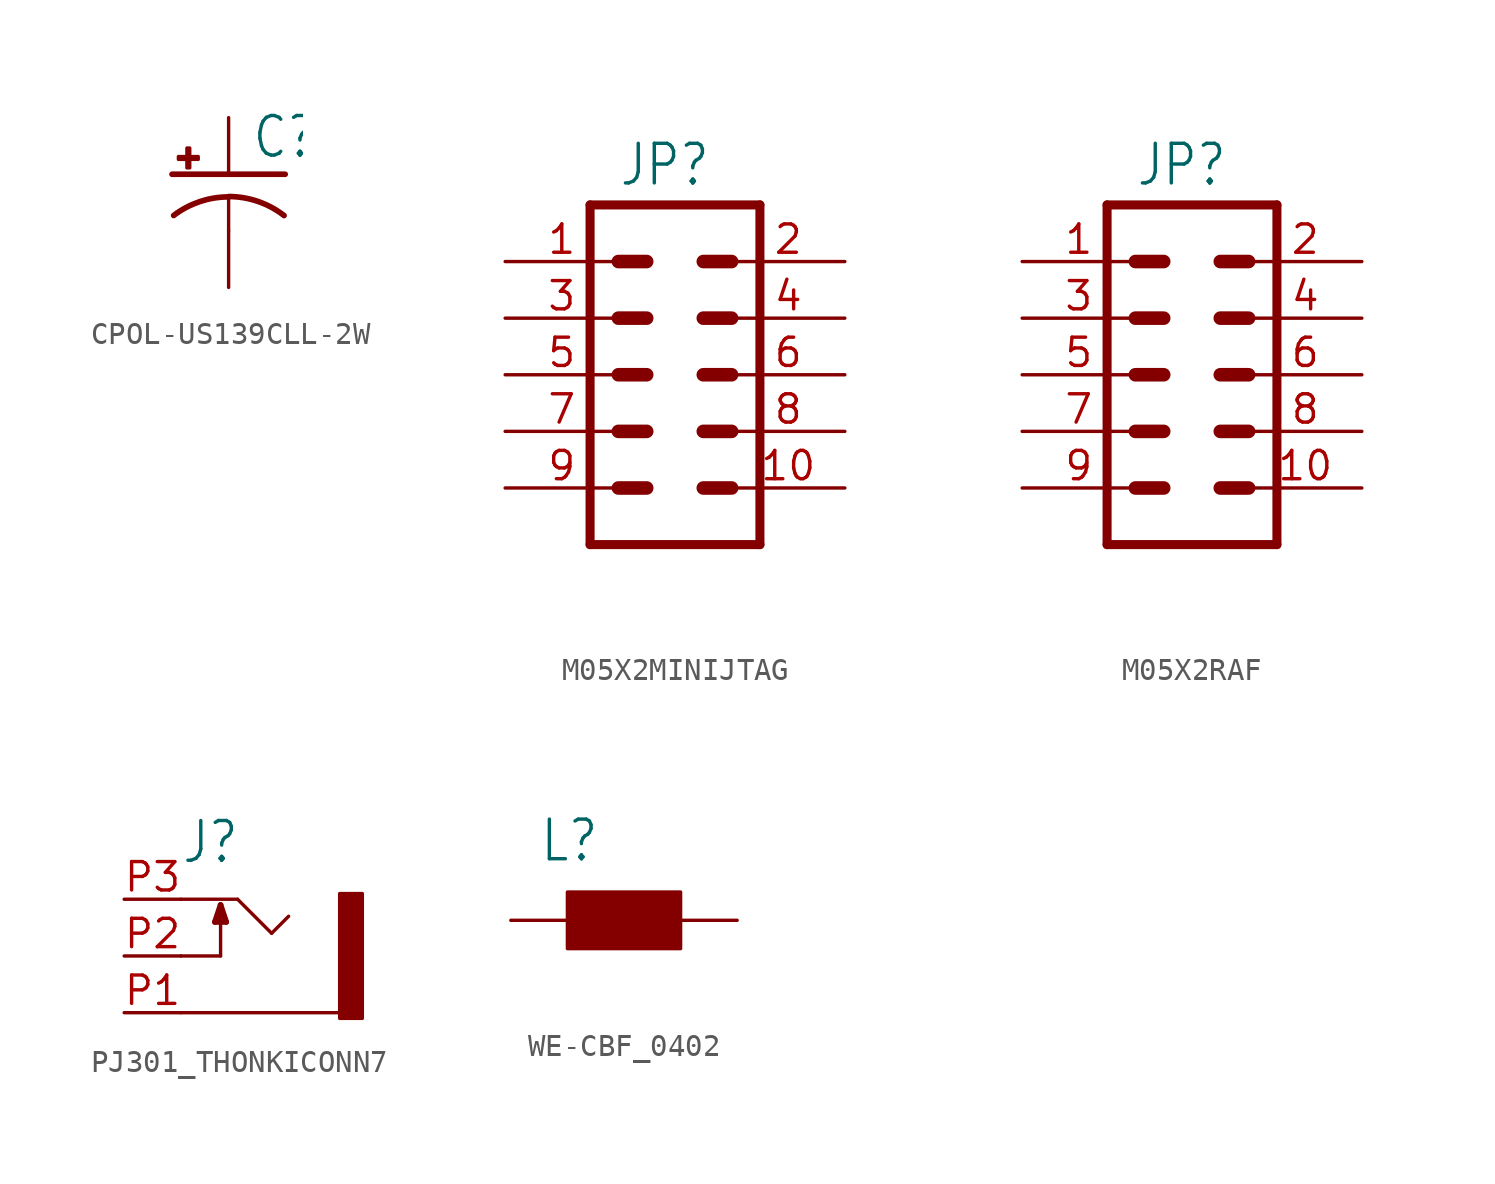
<source format=kicad_sym>
(kicad_symbol_lib
  (version 20231120)
  (generator "kicad_symbol_editor")
  (generator_version "8.0")
  (symbol "CPOL-US139CLL-2W"
    (property "Reference" "C"
      (at 1.016 0.635 0)
      (effects (font (size 1.778 1.511)) (justify left bottom)))
    (property "Value" ""
      (at 1.016 -4.191 0)
      (effects (font (size 1.778 1.511)) (justify left bottom)))
    (property "ki_locked" ""
      (at 0 0 0)
      (effects (font (size 1.27 1.27))))
    (symbol "CPOL-US139CLL-2W_1_0"
      (rectangle (start -2.253 0.668) (end -1.364 0.795) (stroke (width 0) (type default)) (fill (type outline)))
      (rectangle (start -1.872 0.287) (end -1.745 1.176) (stroke (width 0) (type default)) (fill (type outline)))
      (arc (start 0 -1.0161) (mid -1.3021 -1.2303) (end -2.4669 -1.8504) (stroke (width 0.254) (type solid)) (fill (type none)))
      (polyline (pts (xy -2.54 0) (xy 2.54 0)) (stroke (width 0.254) (type solid)) (fill (type none)))
      (polyline (pts (xy 0 -1.016) (xy 0 -2.54)) (stroke (width 0.152) (type solid)) (fill (type none)))
      (arc (start 2.4892 -1.8541) (mid 1.3158 -1.2194) (end 0 -1) (stroke (width 0.254) (type solid)) (fill (type none)))
      (pin passive line (at 0 2.54 270) (length 2.54) (name "+" (effects (font (size 0 0)))) (number "+" (effects (font (size 0 0)))))
      (pin passive line (at 0 -5.08 90) (length 2.54) (name "-" (effects (font (size 0 0)))) (number "-" (effects (font (size 0 0)))))))
  (symbol "M05X2MINIJTAG"
    (property "Reference" "JP"
      (at -2.54 8.382 0)
      (effects (font (size 1.778 1.511)) (justify left bottom)))
    (property "Value" ""
      (at -2.54 -10.16 0)
      (effects (font (size 1.778 1.511)) (justify left bottom)))
    (property "ki_locked" ""
      (at 0 0 0)
      (effects (font (size 1.27 1.27))))
    (symbol "M05X2MINIJTAG_1_0"
      (polyline (pts (xy -3.81 7.62) (xy -3.81 -7.62)) (stroke (width 0.406) (type solid)) (fill (type none)))
      (polyline (pts (xy -3.81 7.62) (xy 3.81 7.62)) (stroke (width 0.406) (type solid)) (fill (type none)))
      (polyline (pts (xy -1.27 -5.08) (xy -2.54 -5.08)) (stroke (width 0.61) (type solid)) (fill (type none)))
      (polyline (pts (xy -1.27 -2.54) (xy -2.54 -2.54)) (stroke (width 0.61) (type solid)) (fill (type none)))
      (polyline (pts (xy -1.27 0) (xy -2.54 0)) (stroke (width 0.61) (type solid)) (fill (type none)))
      (polyline (pts (xy -1.27 2.54) (xy -2.54 2.54)) (stroke (width 0.61) (type solid)) (fill (type none)))
      (polyline (pts (xy -1.27 5.08) (xy -2.54 5.08)) (stroke (width 0.61) (type solid)) (fill (type none)))
      (polyline (pts (xy 1.27 -5.08) (xy 2.54 -5.08)) (stroke (width 0.61) (type solid)) (fill (type none)))
      (polyline (pts (xy 1.27 -2.54) (xy 2.54 -2.54)) (stroke (width 0.61) (type solid)) (fill (type none)))
      (polyline (pts (xy 1.27 0) (xy 2.54 0)) (stroke (width 0.61) (type solid)) (fill (type none)))
      (polyline (pts (xy 1.27 2.54) (xy 2.54 2.54)) (stroke (width 0.61) (type solid)) (fill (type none)))
      (polyline (pts (xy 1.27 5.08) (xy 2.54 5.08)) (stroke (width 0.61) (type solid)) (fill (type none)))
      (polyline (pts (xy 3.81 -7.62) (xy -3.81 -7.62)) (stroke (width 0.406) (type solid)) (fill (type none)))
      (polyline (pts (xy 3.81 -7.62) (xy 3.81 7.62)) (stroke (width 0.406) (type solid)) (fill (type none)))
      (pin passive line (at -7.62 5.08 0) (length 5.08) (name "1" (effects (font (size 0 0)))) (number "1" (effects (font (size 1.27 1.27)))))
      (pin passive line (at 7.62 -5.08 180) (length 5.08) (name "10" (effects (font (size 0 0)))) (number "10" (effects (font (size 1.27 1.27)))))
      (pin passive line (at 7.62 5.08 180) (length 5.08) (name "2" (effects (font (size 0 0)))) (number "2" (effects (font (size 1.27 1.27)))))
      (pin passive line (at -7.62 2.54 0) (length 5.08) (name "3" (effects (font (size 0 0)))) (number "3" (effects (font (size 1.27 1.27)))))
      (pin passive line (at 7.62 2.54 180) (length 5.08) (name "4" (effects (font (size 0 0)))) (number "4" (effects (font (size 1.27 1.27)))))
      (pin passive line (at -7.62 0 0) (length 5.08) (name "5" (effects (font (size 0 0)))) (number "5" (effects (font (size 1.27 1.27)))))
      (pin passive line (at 7.62 0 180) (length 5.08) (name "6" (effects (font (size 0 0)))) (number "6" (effects (font (size 1.27 1.27)))))
      (pin passive line (at -7.62 -2.54 0) (length 5.08) (name "7" (effects (font (size 0 0)))) (number "7" (effects (font (size 1.27 1.27)))))
      (pin passive line (at 7.62 -2.54 180) (length 5.08) (name "8" (effects (font (size 0 0)))) (number "8" (effects (font (size 1.27 1.27)))))
      (pin passive line (at -7.62 -5.08 0) (length 5.08) (name "9" (effects (font (size 0 0)))) (number "9" (effects (font (size 1.27 1.27)))))))
  (symbol "M05X2RAF"
    (property "Reference" "JP"
      (at -2.54 8.382 0)
      (effects (font (size 1.778 1.511)) (justify left bottom)))
    (property "Value" ""
      (at -2.54 -10.16 0)
      (effects (font (size 1.778 1.511)) (justify left bottom)))
    (property "ki_locked" ""
      (at 0 0 0)
      (effects (font (size 1.27 1.27))))
    (symbol "M05X2RAF_1_0"
      (polyline (pts (xy -3.81 7.62) (xy -3.81 -7.62)) (stroke (width 0.406) (type solid)) (fill (type none)))
      (polyline (pts (xy -3.81 7.62) (xy 3.81 7.62)) (stroke (width 0.406) (type solid)) (fill (type none)))
      (polyline (pts (xy -1.27 -5.08) (xy -2.54 -5.08)) (stroke (width 0.61) (type solid)) (fill (type none)))
      (polyline (pts (xy -1.27 -2.54) (xy -2.54 -2.54)) (stroke (width 0.61) (type solid)) (fill (type none)))
      (polyline (pts (xy -1.27 0) (xy -2.54 0)) (stroke (width 0.61) (type solid)) (fill (type none)))
      (polyline (pts (xy -1.27 2.54) (xy -2.54 2.54)) (stroke (width 0.61) (type solid)) (fill (type none)))
      (polyline (pts (xy -1.27 5.08) (xy -2.54 5.08)) (stroke (width 0.61) (type solid)) (fill (type none)))
      (polyline (pts (xy 1.27 -5.08) (xy 2.54 -5.08)) (stroke (width 0.61) (type solid)) (fill (type none)))
      (polyline (pts (xy 1.27 -2.54) (xy 2.54 -2.54)) (stroke (width 0.61) (type solid)) (fill (type none)))
      (polyline (pts (xy 1.27 0) (xy 2.54 0)) (stroke (width 0.61) (type solid)) (fill (type none)))
      (polyline (pts (xy 1.27 2.54) (xy 2.54 2.54)) (stroke (width 0.61) (type solid)) (fill (type none)))
      (polyline (pts (xy 1.27 5.08) (xy 2.54 5.08)) (stroke (width 0.61) (type solid)) (fill (type none)))
      (polyline (pts (xy 3.81 -7.62) (xy -3.81 -7.62)) (stroke (width 0.406) (type solid)) (fill (type none)))
      (polyline (pts (xy 3.81 -7.62) (xy 3.81 7.62)) (stroke (width 0.406) (type solid)) (fill (type none)))
      (pin passive line (at -7.62 5.08 0) (length 5.08) (name "1" (effects (font (size 0 0)))) (number "1" (effects (font (size 1.27 1.27)))))
      (pin passive line (at 7.62 -5.08 180) (length 5.08) (name "10" (effects (font (size 0 0)))) (number "10" (effects (font (size 1.27 1.27)))))
      (pin passive line (at 7.62 5.08 180) (length 5.08) (name "2" (effects (font (size 0 0)))) (number "2" (effects (font (size 1.27 1.27)))))
      (pin passive line (at -7.62 2.54 0) (length 5.08) (name "3" (effects (font (size 0 0)))) (number "3" (effects (font (size 1.27 1.27)))))
      (pin passive line (at 7.62 2.54 180) (length 5.08) (name "4" (effects (font (size 0 0)))) (number "4" (effects (font (size 1.27 1.27)))))
      (pin passive line (at -7.62 0 0) (length 5.08) (name "5" (effects (font (size 0 0)))) (number "5" (effects (font (size 1.27 1.27)))))
      (pin passive line (at 7.62 0 180) (length 5.08) (name "6" (effects (font (size 0 0)))) (number "6" (effects (font (size 1.27 1.27)))))
      (pin passive line (at -7.62 -2.54 0) (length 5.08) (name "7" (effects (font (size 0 0)))) (number "7" (effects (font (size 1.27 1.27)))))
      (pin passive line (at 7.62 -2.54 180) (length 5.08) (name "8" (effects (font (size 0 0)))) (number "8" (effects (font (size 1.27 1.27)))))
      (pin passive line (at -7.62 -5.08 0) (length 5.08) (name "9" (effects (font (size 0 0)))) (number "9" (effects (font (size 1.27 1.27)))))))
  (symbol "PJ301_THONKICONN7"
    (property "Reference" "J"
      (at -2.54 4.064 0)
      (effects (font (size 1.778 1.511)) (justify left bottom)))
    (property "ki_locked" ""
      (at 0 0 0)
      (effects (font (size 1.27 1.27))))
    (symbol "PJ301_THONKICONN7_1_0"
      (polyline (pts (xy -2.54 -2.54) (xy 4.572 -2.54)) (stroke (width 0.152) (type solid)) (fill (type none)))
      (polyline (pts (xy -2.54 0) (xy -0.762 0)) (stroke (width 0.152) (type solid)) (fill (type none)))
      (polyline (pts (xy -2.54 2.54) (xy 0 2.54)) (stroke (width 0.152) (type solid)) (fill (type none)))
      (polyline (pts (xy -1.016 1.524) (xy -0.508 1.524)) (stroke (width 0.254) (type solid)) (fill (type none)))
      (polyline (pts (xy -0.762 0) (xy -0.762 2.286)) (stroke (width 0.152) (type solid)) (fill (type none)))
      (polyline (pts (xy -0.762 2.286) (xy -1.016 1.524)) (stroke (width 0.254) (type solid)) (fill (type none)))
      (polyline (pts (xy -0.508 1.524) (xy -0.762 2.286)) (stroke (width 0.254) (type solid)) (fill (type none)))
      (polyline (pts (xy 0 2.54) (xy 1.524 1.016)) (stroke (width 0.152) (type solid)) (fill (type none)))
      (polyline (pts (xy 1.524 1.016) (xy 2.286 1.778)) (stroke (width 0.152) (type solid)) (fill (type none)))
      (rectangle (start 4.572 2.794) (end 5.588 -2.794) (stroke (width 0) (type default)) (fill (type outline)))
      (pin passive line (at -5.08 -2.54 0) (length 2.54) (name "1" (effects (font (size 0 0)))) (number "P1" (effects (font (size 1.27 1.27)))))
      (pin passive line (at -5.08 0 0) (length 2.54) (name "2" (effects (font (size 0 0)))) (number "P2" (effects (font (size 1.27 1.27)))))
      (pin passive line (at -5.08 2.54 0) (length 2.54) (name "3" (effects (font (size 0 0)))) (number "P3" (effects (font (size 1.27 1.27)))))))
  (symbol "WE-CBF_0402"
    (property "Reference" "L"
      (at -3.81 5.08 0)
      (effects (font (size 1.778 1.511)) (justify left bottom)))
    (property "Value" ""
      (at -3.81 -1.27 0)
      (effects (font (size 1.778 1.511)) (justify left bottom)))
    (property "ki_locked" ""
      (at 0 0 0)
      (effects (font (size 1.27 1.27))))
    (symbol "WE-CBF_0402_1_0"
      (rectangle (start -2.54 1.27) (end 2.54 3.81) (stroke (width 0) (type default)) (fill (type outline)))
      (pin passive line (at -5.08 2.54 0) (length 2.54) (name "1" (effects (font (size 0 0)))) (number "1" (effects (font (size 0 0)))))
      (pin passive line (at 5.08 2.54 180) (length 2.54) (name "2" (effects (font (size 0 0)))) (number "2" (effects (font (size 0 0))))))))
</source>
